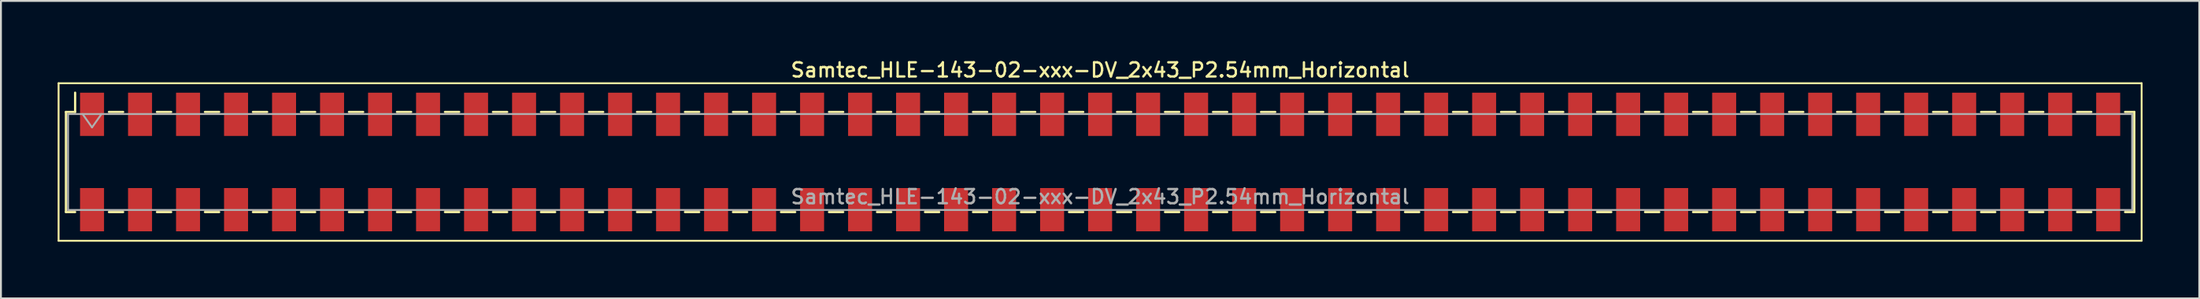
<source format=kicad_pcb>
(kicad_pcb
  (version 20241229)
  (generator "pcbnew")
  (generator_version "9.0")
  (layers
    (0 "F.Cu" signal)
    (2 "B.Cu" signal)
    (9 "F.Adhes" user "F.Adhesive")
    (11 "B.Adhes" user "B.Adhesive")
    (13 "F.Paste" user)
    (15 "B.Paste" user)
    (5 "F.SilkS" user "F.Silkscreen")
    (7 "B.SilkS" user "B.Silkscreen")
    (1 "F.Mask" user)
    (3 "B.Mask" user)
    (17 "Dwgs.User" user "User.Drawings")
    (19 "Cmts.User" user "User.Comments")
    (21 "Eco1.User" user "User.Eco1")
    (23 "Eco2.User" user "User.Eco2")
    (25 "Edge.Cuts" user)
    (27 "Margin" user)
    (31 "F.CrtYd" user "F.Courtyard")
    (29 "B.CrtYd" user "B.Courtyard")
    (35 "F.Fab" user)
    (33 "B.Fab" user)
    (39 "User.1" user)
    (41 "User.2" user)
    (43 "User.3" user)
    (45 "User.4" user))
  (footprint "Samtec_HLE-143-02-xxx-DV_2x43_P2.54mm_Horizontal"
    (layer "F.Cu")
    (at 55.16 5.528)
    (property "Reference" "Samtec_HLE-143-02-xxx-DV_2x43_P2.54mm_Horizontal" (at 0 -4.87 0) (layer "F.SilkS") (effects (font (size 0.75 0.75) (thickness 0.125))))
    (attr smd)
    (fp_line (start -55.11 -4.17) (end 55.11 -4.17) (stroke (width 0.1) (type solid)) (layer "F.SilkS"))
    (fp_line (start -55.11 4.17) (end -55.11 -4.17) (stroke (width 0.1) (type solid)) (layer "F.SilkS"))
    (fp_line (start -54.72 -2.65) (end -54.72 2.65) (stroke (width 0.12) (type solid)) (layer "F.SilkS"))
    (fp_line (start -54.72 2.65) (end -54.235 2.65) (stroke (width 0.12) (type solid)) (layer "F.SilkS"))
    (fp_line (start -54.235 -3.67) (end -54.235 -2.65) (stroke (width 0.12) (type solid)) (layer "F.SilkS"))
    (fp_line (start -54.235 -2.65) (end -54.72 -2.65) (stroke (width 0.12) (type solid)) (layer "F.SilkS"))
    (fp_line (start -52.445 -2.65) (end -51.695 -2.65) (stroke (width 0.12) (type solid)) (layer "F.SilkS"))
    (fp_line (start -52.445 2.65) (end -51.695 2.65) (stroke (width 0.12) (type solid)) (layer "F.SilkS"))
    (fp_line (start -49.905 -2.65) (end -49.155 -2.65) (stroke (width 0.12) (type solid)) (layer "F.SilkS"))
    (fp_line (start -49.905 2.65) (end -49.155 2.65) (stroke (width 0.12) (type solid)) (layer "F.SilkS"))
    (fp_line (start -47.365 -2.65) (end -46.615 -2.65) (stroke (width 0.12) (type solid)) (layer "F.SilkS"))
    (fp_line (start -47.365 2.65) (end -46.615 2.65) (stroke (width 0.12) (type solid)) (layer "F.SilkS"))
    (fp_line (start -44.825 -2.65) (end -44.075 -2.65) (stroke (width 0.12) (type solid)) (layer "F.SilkS"))
    (fp_line (start -44.825 2.65) (end -44.075 2.65) (stroke (width 0.12) (type solid)) (layer "F.SilkS"))
    (fp_line (start -42.285 -2.65) (end -41.535 -2.65) (stroke (width 0.12) (type solid)) (layer "F.SilkS"))
    (fp_line (start -42.285 2.65) (end -41.535 2.65) (stroke (width 0.12) (type solid)) (layer "F.SilkS"))
    (fp_line (start -39.745 -2.65) (end -38.995 -2.65) (stroke (width 0.12) (type solid)) (layer "F.SilkS"))
    (fp_line (start -39.745 2.65) (end -38.995 2.65) (stroke (width 0.12) (type solid)) (layer "F.SilkS"))
    (fp_line (start -37.205 -2.65) (end -36.455 -2.65) (stroke (width 0.12) (type solid)) (layer "F.SilkS"))
    (fp_line (start -37.205 2.65) (end -36.455 2.65) (stroke (width 0.12) (type solid)) (layer "F.SilkS"))
    (fp_line (start -34.665 -2.65) (end -33.915 -2.65) (stroke (width 0.12) (type solid)) (layer "F.SilkS"))
    (fp_line (start -34.665 2.65) (end -33.915 2.65) (stroke (width 0.12) (type solid)) (layer "F.SilkS"))
    (fp_line (start -32.125 -2.65) (end -31.375 -2.65) (stroke (width 0.12) (type solid)) (layer "F.SilkS"))
    (fp_line (start -32.125 2.65) (end -31.375 2.65) (stroke (width 0.12) (type solid)) (layer "F.SilkS"))
    (fp_line (start -29.585 -2.65) (end -28.835 -2.65) (stroke (width 0.12) (type solid)) (layer "F.SilkS"))
    (fp_line (start -29.585 2.65) (end -28.835 2.65) (stroke (width 0.12) (type solid)) (layer "F.SilkS"))
    (fp_line (start -27.045 -2.65) (end -26.295 -2.65) (stroke (width 0.12) (type solid)) (layer "F.SilkS"))
    (fp_line (start -27.045 2.65) (end -26.295 2.65) (stroke (width 0.12) (type solid)) (layer "F.SilkS"))
    (fp_line (start -24.505 -2.65) (end -23.755 -2.65) (stroke (width 0.12) (type solid)) (layer "F.SilkS"))
    (fp_line (start -24.505 2.65) (end -23.755 2.65) (stroke (width 0.12) (type solid)) (layer "F.SilkS"))
    (fp_line (start -21.965 -2.65) (end -21.215 -2.65) (stroke (width 0.12) (type solid)) (layer "F.SilkS"))
    (fp_line (start -21.965 2.65) (end -21.215 2.65) (stroke (width 0.12) (type solid)) (layer "F.SilkS"))
    (fp_line (start -19.425 -2.65) (end -18.675 -2.65) (stroke (width 0.12) (type solid)) (layer "F.SilkS"))
    (fp_line (start -19.425 2.65) (end -18.675 2.65) (stroke (width 0.12) (type solid)) (layer "F.SilkS"))
    (fp_line (start -16.885 -2.65) (end -16.135 -2.65) (stroke (width 0.12) (type solid)) (layer "F.SilkS"))
    (fp_line (start -16.885 2.65) (end -16.135 2.65) (stroke (width 0.12) (type solid)) (layer "F.SilkS"))
    (fp_line (start -14.345 -2.65) (end -13.595 -2.65) (stroke (width 0.12) (type solid)) (layer "F.SilkS"))
    (fp_line (start -14.345 2.65) (end -13.595 2.65) (stroke (width 0.12) (type solid)) (layer "F.SilkS"))
    (fp_line (start -11.805 -2.65) (end -11.055 -2.65) (stroke (width 0.12) (type solid)) (layer "F.SilkS"))
    (fp_line (start -11.805 2.65) (end -11.055 2.65) (stroke (width 0.12) (type solid)) (layer "F.SilkS"))
    (fp_line (start -9.265 -2.65) (end -8.515 -2.65) (stroke (width 0.12) (type solid)) (layer "F.SilkS"))
    (fp_line (start -9.265 2.65) (end -8.515 2.65) (stroke (width 0.12) (type solid)) (layer "F.SilkS"))
    (fp_line (start -6.725 -2.65) (end -5.975 -2.65) (stroke (width 0.12) (type solid)) (layer "F.SilkS"))
    (fp_line (start -6.725 2.65) (end -5.975 2.65) (stroke (width 0.12) (type solid)) (layer "F.SilkS"))
    (fp_line (start -4.185 -2.65) (end -3.435 -2.65) (stroke (width 0.12) (type solid)) (layer "F.SilkS"))
    (fp_line (start -4.185 2.65) (end -3.435 2.65) (stroke (width 0.12) (type solid)) (layer "F.SilkS"))
    (fp_line (start -1.645 -2.65) (end -0.895 -2.65) (stroke (width 0.12) (type solid)) (layer "F.SilkS"))
    (fp_line (start -1.645 2.65) (end -0.895 2.65) (stroke (width 0.12) (type solid)) (layer "F.SilkS"))
    (fp_line (start 0.895 -2.65) (end 1.645 -2.65) (stroke (width 0.12) (type solid)) (layer "F.SilkS"))
    (fp_line (start 0.895 2.65) (end 1.645 2.65) (stroke (width 0.12) (type solid)) (layer "F.SilkS"))
    (fp_line (start 3.435 -2.65) (end 4.185 -2.65) (stroke (width 0.12) (type solid)) (layer "F.SilkS"))
    (fp_line (start 3.435 2.65) (end 4.185 2.65) (stroke (width 0.12) (type solid)) (layer "F.SilkS"))
    (fp_line (start 5.975 -2.65) (end 6.725 -2.65) (stroke (width 0.12) (type solid)) (layer "F.SilkS"))
    (fp_line (start 5.975 2.65) (end 6.725 2.65) (stroke (width 0.12) (type solid)) (layer "F.SilkS"))
    (fp_line (start 8.515 -2.65) (end 9.265 -2.65) (stroke (width 0.12) (type solid)) (layer "F.SilkS"))
    (fp_line (start 8.515 2.65) (end 9.265 2.65) (stroke (width 0.12) (type solid)) (layer "F.SilkS"))
    (fp_line (start 11.055 -2.65) (end 11.805 -2.65) (stroke (width 0.12) (type solid)) (layer "F.SilkS"))
    (fp_line (start 11.055 2.65) (end 11.805 2.65) (stroke (width 0.12) (type solid)) (layer "F.SilkS"))
    (fp_line (start 13.595 -2.65) (end 14.345 -2.65) (stroke (width 0.12) (type solid)) (layer "F.SilkS"))
    (fp_line (start 13.595 2.65) (end 14.345 2.65) (stroke (width 0.12) (type solid)) (layer "F.SilkS"))
    (fp_line (start 16.135 -2.65) (end 16.885 -2.65) (stroke (width 0.12) (type solid)) (layer "F.SilkS"))
    (fp_line (start 16.135 2.65) (end 16.885 2.65) (stroke (width 0.12) (type solid)) (layer "F.SilkS"))
    (fp_line (start 18.675 -2.65) (end 19.425 -2.65) (stroke (width 0.12) (type solid)) (layer "F.SilkS"))
    (fp_line (start 18.675 2.65) (end 19.425 2.65) (stroke (width 0.12) (type solid)) (layer "F.SilkS"))
    (fp_line (start 21.215 -2.65) (end 21.965 -2.65) (stroke (width 0.12) (type solid)) (layer "F.SilkS"))
    (fp_line (start 21.215 2.65) (end 21.965 2.65) (stroke (width 0.12) (type solid)) (layer "F.SilkS"))
    (fp_line (start 23.755 -2.65) (end 24.505 -2.65) (stroke (width 0.12) (type solid)) (layer "F.SilkS"))
    (fp_line (start 23.755 2.65) (end 24.505 2.65) (stroke (width 0.12) (type solid)) (layer "F.SilkS"))
    (fp_line (start 26.295 -2.65) (end 27.045 -2.65) (stroke (width 0.12) (type solid)) (layer "F.SilkS"))
    (fp_line (start 26.295 2.65) (end 27.045 2.65) (stroke (width 0.12) (type solid)) (layer "F.SilkS"))
    (fp_line (start 28.835 -2.65) (end 29.585 -2.65) (stroke (width 0.12) (type solid)) (layer "F.SilkS"))
    (fp_line (start 28.835 2.65) (end 29.585 2.65) (stroke (width 0.12) (type solid)) (layer "F.SilkS"))
    (fp_line (start 31.375 -2.65) (end 32.125 -2.65) (stroke (width 0.12) (type solid)) (layer "F.SilkS"))
    (fp_line (start 31.375 2.65) (end 32.125 2.65) (stroke (width 0.12) (type solid)) (layer "F.SilkS"))
    (fp_line (start 33.915 -2.65) (end 34.665 -2.65) (stroke (width 0.12) (type solid)) (layer "F.SilkS"))
    (fp_line (start 33.915 2.65) (end 34.665 2.65) (stroke (width 0.12) (type solid)) (layer "F.SilkS"))
    (fp_line (start 36.455 -2.65) (end 37.205 -2.65) (stroke (width 0.12) (type solid)) (layer "F.SilkS"))
    (fp_line (start 36.455 2.65) (end 37.205 2.65) (stroke (width 0.12) (type solid)) (layer "F.SilkS"))
    (fp_line (start 38.995 -2.65) (end 39.745 -2.65) (stroke (width 0.12) (type solid)) (layer "F.SilkS"))
    (fp_line (start 38.995 2.65) (end 39.745 2.65) (stroke (width 0.12) (type solid)) (layer "F.SilkS"))
    (fp_line (start 41.535 -2.65) (end 42.285 -2.65) (stroke (width 0.12) (type solid)) (layer "F.SilkS"))
    (fp_line (start 41.535 2.65) (end 42.285 2.65) (stroke (width 0.12) (type solid)) (layer "F.SilkS"))
    (fp_line (start 44.075 -2.65) (end 44.825 -2.65) (stroke (width 0.12) (type solid)) (layer "F.SilkS"))
    (fp_line (start 44.075 2.65) (end 44.825 2.65) (stroke (width 0.12) (type solid)) (layer "F.SilkS"))
    (fp_line (start 46.615 -2.65) (end 47.365 -2.65) (stroke (width 0.12) (type solid)) (layer "F.SilkS"))
    (fp_line (start 46.615 2.65) (end 47.365 2.65) (stroke (width 0.12) (type solid)) (layer "F.SilkS"))
    (fp_line (start 49.155 -2.65) (end 49.905 -2.65) (stroke (width 0.12) (type solid)) (layer "F.SilkS"))
    (fp_line (start 49.155 2.65) (end 49.905 2.65) (stroke (width 0.12) (type solid)) (layer "F.SilkS"))
    (fp_line (start 51.695 -2.65) (end 52.445 -2.65) (stroke (width 0.12) (type solid)) (layer "F.SilkS"))
    (fp_line (start 51.695 2.65) (end 52.445 2.65) (stroke (width 0.12) (type solid)) (layer "F.SilkS"))
    (fp_line (start 54.235 -2.65) (end 54.72 -2.65) (stroke (width 0.12) (type solid)) (layer "F.SilkS"))
    (fp_line (start 54.72 -2.65) (end 54.72 2.65) (stroke (width 0.12) (type solid)) (layer "F.SilkS"))
    (fp_line (start 54.72 2.65) (end 54.235 2.65) (stroke (width 0.12) (type solid)) (layer "F.SilkS"))
    (fp_line (start 55.11 -4.17) (end 55.11 4.17) (stroke (width 0.1) (type solid)) (layer "F.SilkS"))
    (fp_line (start 55.11 4.17) (end -55.11 4.17) (stroke (width 0.1) (type solid)) (layer "F.SilkS"))
    (fp_line (start -54.61 -2.54) (end 54.61 -2.54) (stroke (width 0.1) (type solid)) (layer "F.Fab"))
    (fp_line (start -54.61 2.54) (end -54.61 -2.54) (stroke (width 0.1) (type solid)) (layer "F.Fab"))
    (fp_line (start -53.84 -2.54) (end -53.34 -1.833) (stroke (width 0.1) (type solid)) (layer "F.Fab"))
    (fp_line (start -53.34 -1.833) (end -52.84 -2.54) (stroke (width 0.1) (type solid)) (layer "F.Fab"))
    (fp_line (start 54.61 -2.54) (end 54.61 2.54) (stroke (width 0.1) (type solid)) (layer "F.Fab"))
    (fp_line (start 54.61 2.54) (end -54.61 2.54) (stroke (width 0.1) (type solid)) (layer "F.Fab"))
    (fp_text user "${REFERENCE}" (at 0 1.84 0) (layer "F.Fab") (effects (font (size 0.75 0.75) (thickness 0.125))))
    (pad "1" smd rect (at -53.34 -2.525) (size 1.27 2.29) (layers "F.Cu" "F.Mask" "F.Paste"))
    (pad "2" smd rect (at -53.34 2.525) (size 1.27 2.29) (layers "F.Cu" "F.Mask" "F.Paste"))
    (pad "3" smd rect (at -50.8 -2.525) (size 1.27 2.29) (layers "F.Cu" "F.Mask" "F.Paste"))
    (pad "4" smd rect (at -50.8 2.525) (size 1.27 2.29) (layers "F.Cu" "F.Mask" "F.Paste"))
    (pad "5" smd rect (at -48.26 -2.525) (size 1.27 2.29) (layers "F.Cu" "F.Mask" "F.Paste"))
    (pad "6" smd rect (at -48.26 2.525) (size 1.27 2.29) (layers "F.Cu" "F.Mask" "F.Paste"))
    (pad "7" smd rect (at -45.72 -2.525) (size 1.27 2.29) (layers "F.Cu" "F.Mask" "F.Paste"))
    (pad "8" smd rect (at -45.72 2.525) (size 1.27 2.29) (layers "F.Cu" "F.Mask" "F.Paste"))
    (pad "9" smd rect (at -43.18 -2.525) (size 1.27 2.29) (layers "F.Cu" "F.Mask" "F.Paste"))
    (pad "10" smd rect (at -43.18 2.525) (size 1.27 2.29) (layers "F.Cu" "F.Mask" "F.Paste"))
    (pad "11" smd rect (at -40.64 -2.525) (size 1.27 2.29) (layers "F.Cu" "F.Mask" "F.Paste"))
    (pad "12" smd rect (at -40.64 2.525) (size 1.27 2.29) (layers "F.Cu" "F.Mask" "F.Paste"))
    (pad "13" smd rect (at -38.1 -2.525) (size 1.27 2.29) (layers "F.Cu" "F.Mask" "F.Paste"))
    (pad "14" smd rect (at -38.1 2.525) (size 1.27 2.29) (layers "F.Cu" "F.Mask" "F.Paste"))
    (pad "15" smd rect (at -35.56 -2.525) (size 1.27 2.29) (layers "F.Cu" "F.Mask" "F.Paste"))
    (pad "16" smd rect (at -35.56 2.525) (size 1.27 2.29) (layers "F.Cu" "F.Mask" "F.Paste"))
    (pad "17" smd rect (at -33.02 -2.525) (size 1.27 2.29) (layers "F.Cu" "F.Mask" "F.Paste"))
    (pad "18" smd rect (at -33.02 2.525) (size 1.27 2.29) (layers "F.Cu" "F.Mask" "F.Paste"))
    (pad "19" smd rect (at -30.48 -2.525) (size 1.27 2.29) (layers "F.Cu" "F.Mask" "F.Paste"))
    (pad "20" smd rect (at -30.48 2.525) (size 1.27 2.29) (layers "F.Cu" "F.Mask" "F.Paste"))
    (pad "21" smd rect (at -27.94 -2.525) (size 1.27 2.29) (layers "F.Cu" "F.Mask" "F.Paste"))
    (pad "22" smd rect (at -27.94 2.525) (size 1.27 2.29) (layers "F.Cu" "F.Mask" "F.Paste"))
    (pad "23" smd rect (at -25.4 -2.525) (size 1.27 2.29) (layers "F.Cu" "F.Mask" "F.Paste"))
    (pad "24" smd rect (at -25.4 2.525) (size 1.27 2.29) (layers "F.Cu" "F.Mask" "F.Paste"))
    (pad "25" smd rect (at -22.86 -2.525) (size 1.27 2.29) (layers "F.Cu" "F.Mask" "F.Paste"))
    (pad "26" smd rect (at -22.86 2.525) (size 1.27 2.29) (layers "F.Cu" "F.Mask" "F.Paste"))
    (pad "27" smd rect (at -20.32 -2.525) (size 1.27 2.29) (layers "F.Cu" "F.Mask" "F.Paste"))
    (pad "28" smd rect (at -20.32 2.525) (size 1.27 2.29) (layers "F.Cu" "F.Mask" "F.Paste"))
    (pad "29" smd rect (at -17.78 -2.525) (size 1.27 2.29) (layers "F.Cu" "F.Mask" "F.Paste"))
    (pad "30" smd rect (at -17.78 2.525) (size 1.27 2.29) (layers "F.Cu" "F.Mask" "F.Paste"))
    (pad "31" smd rect (at -15.24 -2.525) (size 1.27 2.29) (layers "F.Cu" "F.Mask" "F.Paste"))
    (pad "32" smd rect (at -15.24 2.525) (size 1.27 2.29) (layers "F.Cu" "F.Mask" "F.Paste"))
    (pad "33" smd rect (at -12.7 -2.525) (size 1.27 2.29) (layers "F.Cu" "F.Mask" "F.Paste"))
    (pad "34" smd rect (at -12.7 2.525) (size 1.27 2.29) (layers "F.Cu" "F.Mask" "F.Paste"))
    (pad "35" smd rect (at -10.16 -2.525) (size 1.27 2.29) (layers "F.Cu" "F.Mask" "F.Paste"))
    (pad "36" smd rect (at -10.16 2.525) (size 1.27 2.29) (layers "F.Cu" "F.Mask" "F.Paste"))
    (pad "37" smd rect (at -7.62 -2.525) (size 1.27 2.29) (layers "F.Cu" "F.Mask" "F.Paste"))
    (pad "38" smd rect (at -7.62 2.525) (size 1.27 2.29) (layers "F.Cu" "F.Mask" "F.Paste"))
    (pad "39" smd rect (at -5.08 -2.525) (size 1.27 2.29) (layers "F.Cu" "F.Mask" "F.Paste"))
    (pad "40" smd rect (at -5.08 2.525) (size 1.27 2.29) (layers "F.Cu" "F.Mask" "F.Paste"))
    (pad "41" smd rect (at -2.54 -2.525) (size 1.27 2.29) (layers "F.Cu" "F.Mask" "F.Paste"))
    (pad "42" smd rect (at -2.54 2.525) (size 1.27 2.29) (layers "F.Cu" "F.Mask" "F.Paste"))
    (pad "43" smd rect (at 0 -2.525) (size 1.27 2.29) (layers "F.Cu" "F.Mask" "F.Paste"))
    (pad "44" smd rect (at 0 2.525) (size 1.27 2.29) (layers "F.Cu" "F.Mask" "F.Paste"))
    (pad "45" smd rect (at 2.54 -2.525) (size 1.27 2.29) (layers "F.Cu" "F.Mask" "F.Paste"))
    (pad "46" smd rect (at 2.54 2.525) (size 1.27 2.29) (layers "F.Cu" "F.Mask" "F.Paste"))
    (pad "47" smd rect (at 5.08 -2.525) (size 1.27 2.29) (layers "F.Cu" "F.Mask" "F.Paste"))
    (pad "48" smd rect (at 5.08 2.525) (size 1.27 2.29) (layers "F.Cu" "F.Mask" "F.Paste"))
    (pad "49" smd rect (at 7.62 -2.525) (size 1.27 2.29) (layers "F.Cu" "F.Mask" "F.Paste"))
    (pad "50" smd rect (at 7.62 2.525) (size 1.27 2.29) (layers "F.Cu" "F.Mask" "F.Paste"))
    (pad "51" smd rect (at 10.16 -2.525) (size 1.27 2.29) (layers "F.Cu" "F.Mask" "F.Paste"))
    (pad "52" smd rect (at 10.16 2.525) (size 1.27 2.29) (layers "F.Cu" "F.Mask" "F.Paste"))
    (pad "53" smd rect (at 12.7 -2.525) (size 1.27 2.29) (layers "F.Cu" "F.Mask" "F.Paste"))
    (pad "54" smd rect (at 12.7 2.525) (size 1.27 2.29) (layers "F.Cu" "F.Mask" "F.Paste"))
    (pad "55" smd rect (at 15.24 -2.525) (size 1.27 2.29) (layers "F.Cu" "F.Mask" "F.Paste"))
    (pad "56" smd rect (at 15.24 2.525) (size 1.27 2.29) (layers "F.Cu" "F.Mask" "F.Paste"))
    (pad "57" smd rect (at 17.78 -2.525) (size 1.27 2.29) (layers "F.Cu" "F.Mask" "F.Paste"))
    (pad "58" smd rect (at 17.78 2.525) (size 1.27 2.29) (layers "F.Cu" "F.Mask" "F.Paste"))
    (pad "59" smd rect (at 20.32 -2.525) (size 1.27 2.29) (layers "F.Cu" "F.Mask" "F.Paste"))
    (pad "60" smd rect (at 20.32 2.525) (size 1.27 2.29) (layers "F.Cu" "F.Mask" "F.Paste"))
    (pad "61" smd rect (at 22.86 -2.525) (size 1.27 2.29) (layers "F.Cu" "F.Mask" "F.Paste"))
    (pad "62" smd rect (at 22.86 2.525) (size 1.27 2.29) (layers "F.Cu" "F.Mask" "F.Paste"))
    (pad "63" smd rect (at 25.4 -2.525) (size 1.27 2.29) (layers "F.Cu" "F.Mask" "F.Paste"))
    (pad "64" smd rect (at 25.4 2.525) (size 1.27 2.29) (layers "F.Cu" "F.Mask" "F.Paste"))
    (pad "65" smd rect (at 27.94 -2.525) (size 1.27 2.29) (layers "F.Cu" "F.Mask" "F.Paste"))
    (pad "66" smd rect (at 27.94 2.525) (size 1.27 2.29) (layers "F.Cu" "F.Mask" "F.Paste"))
    (pad "67" smd rect (at 30.48 -2.525) (size 1.27 2.29) (layers "F.Cu" "F.Mask" "F.Paste"))
    (pad "68" smd rect (at 30.48 2.525) (size 1.27 2.29) (layers "F.Cu" "F.Mask" "F.Paste"))
    (pad "69" smd rect (at 33.02 -2.525) (size 1.27 2.29) (layers "F.Cu" "F.Mask" "F.Paste"))
    (pad "70" smd rect (at 33.02 2.525) (size 1.27 2.29) (layers "F.Cu" "F.Mask" "F.Paste"))
    (pad "71" smd rect (at 35.56 -2.525) (size 1.27 2.29) (layers "F.Cu" "F.Mask" "F.Paste"))
    (pad "72" smd rect (at 35.56 2.525) (size 1.27 2.29) (layers "F.Cu" "F.Mask" "F.Paste"))
    (pad "73" smd rect (at 38.1 -2.525) (size 1.27 2.29) (layers "F.Cu" "F.Mask" "F.Paste"))
    (pad "74" smd rect (at 38.1 2.525) (size 1.27 2.29) (layers "F.Cu" "F.Mask" "F.Paste"))
    (pad "75" smd rect (at 40.64 -2.525) (size 1.27 2.29) (layers "F.Cu" "F.Mask" "F.Paste"))
    (pad "76" smd rect (at 40.64 2.525) (size 1.27 2.29) (layers "F.Cu" "F.Mask" "F.Paste"))
    (pad "77" smd rect (at 43.18 -2.525) (size 1.27 2.29) (layers "F.Cu" "F.Mask" "F.Paste"))
    (pad "78" smd rect (at 43.18 2.525) (size 1.27 2.29) (layers "F.Cu" "F.Mask" "F.Paste"))
    (pad "79" smd rect (at 45.72 -2.525) (size 1.27 2.29) (layers "F.Cu" "F.Mask" "F.Paste"))
    (pad "80" smd rect (at 45.72 2.525) (size 1.27 2.29) (layers "F.Cu" "F.Mask" "F.Paste"))
    (pad "81" smd rect (at 48.26 -2.525) (size 1.27 2.29) (layers "F.Cu" "F.Mask" "F.Paste"))
    (pad "82" smd rect (at 48.26 2.525) (size 1.27 2.29) (layers "F.Cu" "F.Mask" "F.Paste"))
    (pad "83" smd rect (at 50.8 -2.525) (size 1.27 2.29) (layers "F.Cu" "F.Mask" "F.Paste"))
    (pad "84" smd rect (at 50.8 2.525) (size 1.27 2.29) (layers "F.Cu" "F.Mask" "F.Paste"))
    (pad "85" smd rect (at 53.34 -2.525) (size 1.27 2.29) (layers "F.Cu" "F.Mask" "F.Paste"))
    (pad "86" smd rect (at 53.34 2.525) (size 1.27 2.29) (layers "F.Cu" "F.Mask" "F.Paste")))
  (gr_rect
    (start -3 -3)
    (end 113.32 12.748)
    (stroke (width 0.1) (type default))
    (fill no)
    (layer "Edge.Cuts")))
</source>
